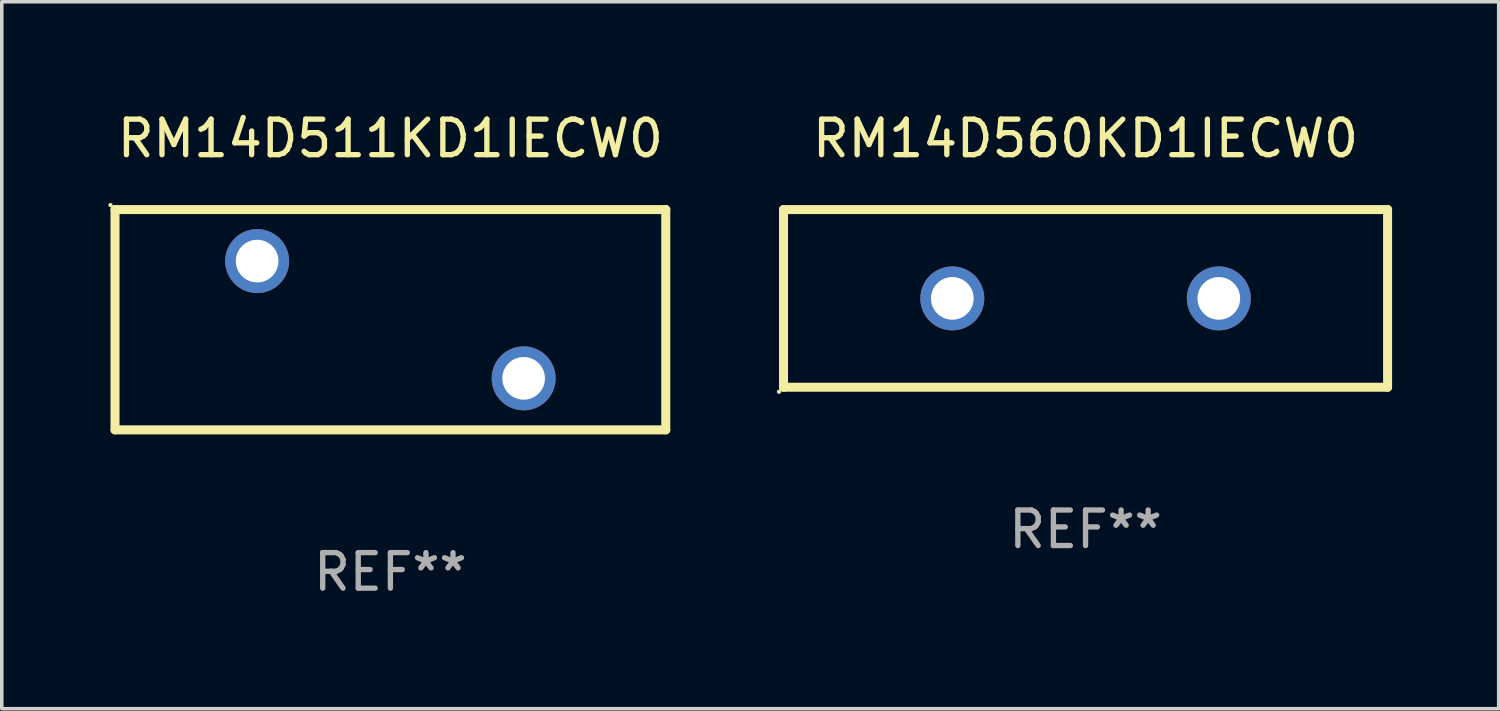
<source format=kicad_pcb>
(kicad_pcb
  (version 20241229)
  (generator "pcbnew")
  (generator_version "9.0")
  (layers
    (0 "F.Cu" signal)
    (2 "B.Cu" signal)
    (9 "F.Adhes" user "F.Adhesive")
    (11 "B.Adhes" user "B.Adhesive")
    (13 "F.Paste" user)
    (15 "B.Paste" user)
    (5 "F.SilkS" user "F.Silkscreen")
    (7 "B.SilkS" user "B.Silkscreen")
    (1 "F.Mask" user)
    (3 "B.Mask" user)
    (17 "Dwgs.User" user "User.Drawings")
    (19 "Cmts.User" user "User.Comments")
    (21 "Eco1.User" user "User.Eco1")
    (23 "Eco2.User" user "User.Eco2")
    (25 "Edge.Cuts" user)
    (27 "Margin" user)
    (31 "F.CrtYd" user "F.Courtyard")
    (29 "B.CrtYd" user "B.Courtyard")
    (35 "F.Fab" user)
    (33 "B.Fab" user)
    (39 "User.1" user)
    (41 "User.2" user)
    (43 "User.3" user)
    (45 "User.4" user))
  (footprint "RM14D560KD1IECW0"
    (layer "F.Cu")
    (at 27.501 5.348)
    (property "Reference" "RM14D560KD1IECW0" (at 0 -4.5 0) (layer "F.SilkS") (effects (font (size 1 1) (thickness 0.15))))
    (attr through_hole)
    (fp_line (start -8.5 -2.5) (end 8.5 -2.5) (stroke (width 0.254) (type solid)) (layer "F.SilkS"))
    (fp_line (start -8.5 2.5) (end -8.5 -2.5) (stroke (width 0.254) (type solid)) (layer "F.SilkS"))
    (fp_line (start 8.5 -2.5) (end 8.5 2.5) (stroke (width 0.254) (type solid)) (layer "F.SilkS"))
    (fp_line (start 8.5 2.5) (end -8.5 2.5) (stroke (width 0.254) (type solid)) (layer "F.SilkS"))
    (fp_circle (center -8.627 2.627) (end -8.597 2.627) (stroke (width 0.06) (type solid)) (fill no) (layer "F.SilkS"))
    (fp_text user "REF**" (at 0 6.5 0) (layer "F.Fab") (effects (font (size 1 1) (thickness 0.15))))
    (pad "1" thru_hole circle (at -3.75 0) (size 1.8 1.8) (drill 1.2) (layers "*.Cu" "*.Mask"))
    (pad "2" thru_hole circle (at 3.75 0) (size 1.8 1.8) (drill 1.2) (layers "*.Cu" "*.Mask")))
  (footprint "RM14D511KD1IECW0"
    (layer "F.Cu")
    (at 7.937 5.948)
    (property "Reference" "RM14D511KD1IECW0" (at 0 -5.1 0) (layer "F.SilkS") (effects (font (size 1 1) (thickness 0.15))))
    (attr through_hole)
    (fp_line (start -7.75 -3.1) (end 7.75 -3.1) (stroke (width 0.254) (type solid)) (layer "F.SilkS"))
    (fp_line (start -7.75 3.1) (end -7.75 -3.1) (stroke (width 0.254) (type solid)) (layer "F.SilkS"))
    (fp_line (start 7.75 -3.1) (end 7.75 3.1) (stroke (width 0.254) (type solid)) (layer "F.SilkS"))
    (fp_line (start 7.75 3.1) (end -7.75 3.1) (stroke (width 0.254) (type solid)) (layer "F.SilkS"))
    (fp_circle (center -7.877 -3.227) (end -7.847 -3.227) (stroke (width 0.06) (type solid)) (fill no) (layer "F.SilkS"))
    (fp_text user "REF**" (at 0 7.1 0) (layer "F.Fab") (effects (font (size 1 1) (thickness 0.15))))
    (pad "1" thru_hole circle (at -3.75 -1.65) (size 1.8 1.8) (drill 1.2) (layers "*.Cu" "*.Mask"))
    (pad "2" thru_hole circle (at 3.75 1.65) (size 1.8 1.8) (drill 1.2) (layers "*.Cu" "*.Mask")))
  (gr_rect
    (start -3 -3)
    (end 39.128 16.896)
    (stroke (width 0.1) (type default))
    (fill no)
    (layer "Edge.Cuts")))
</source>
